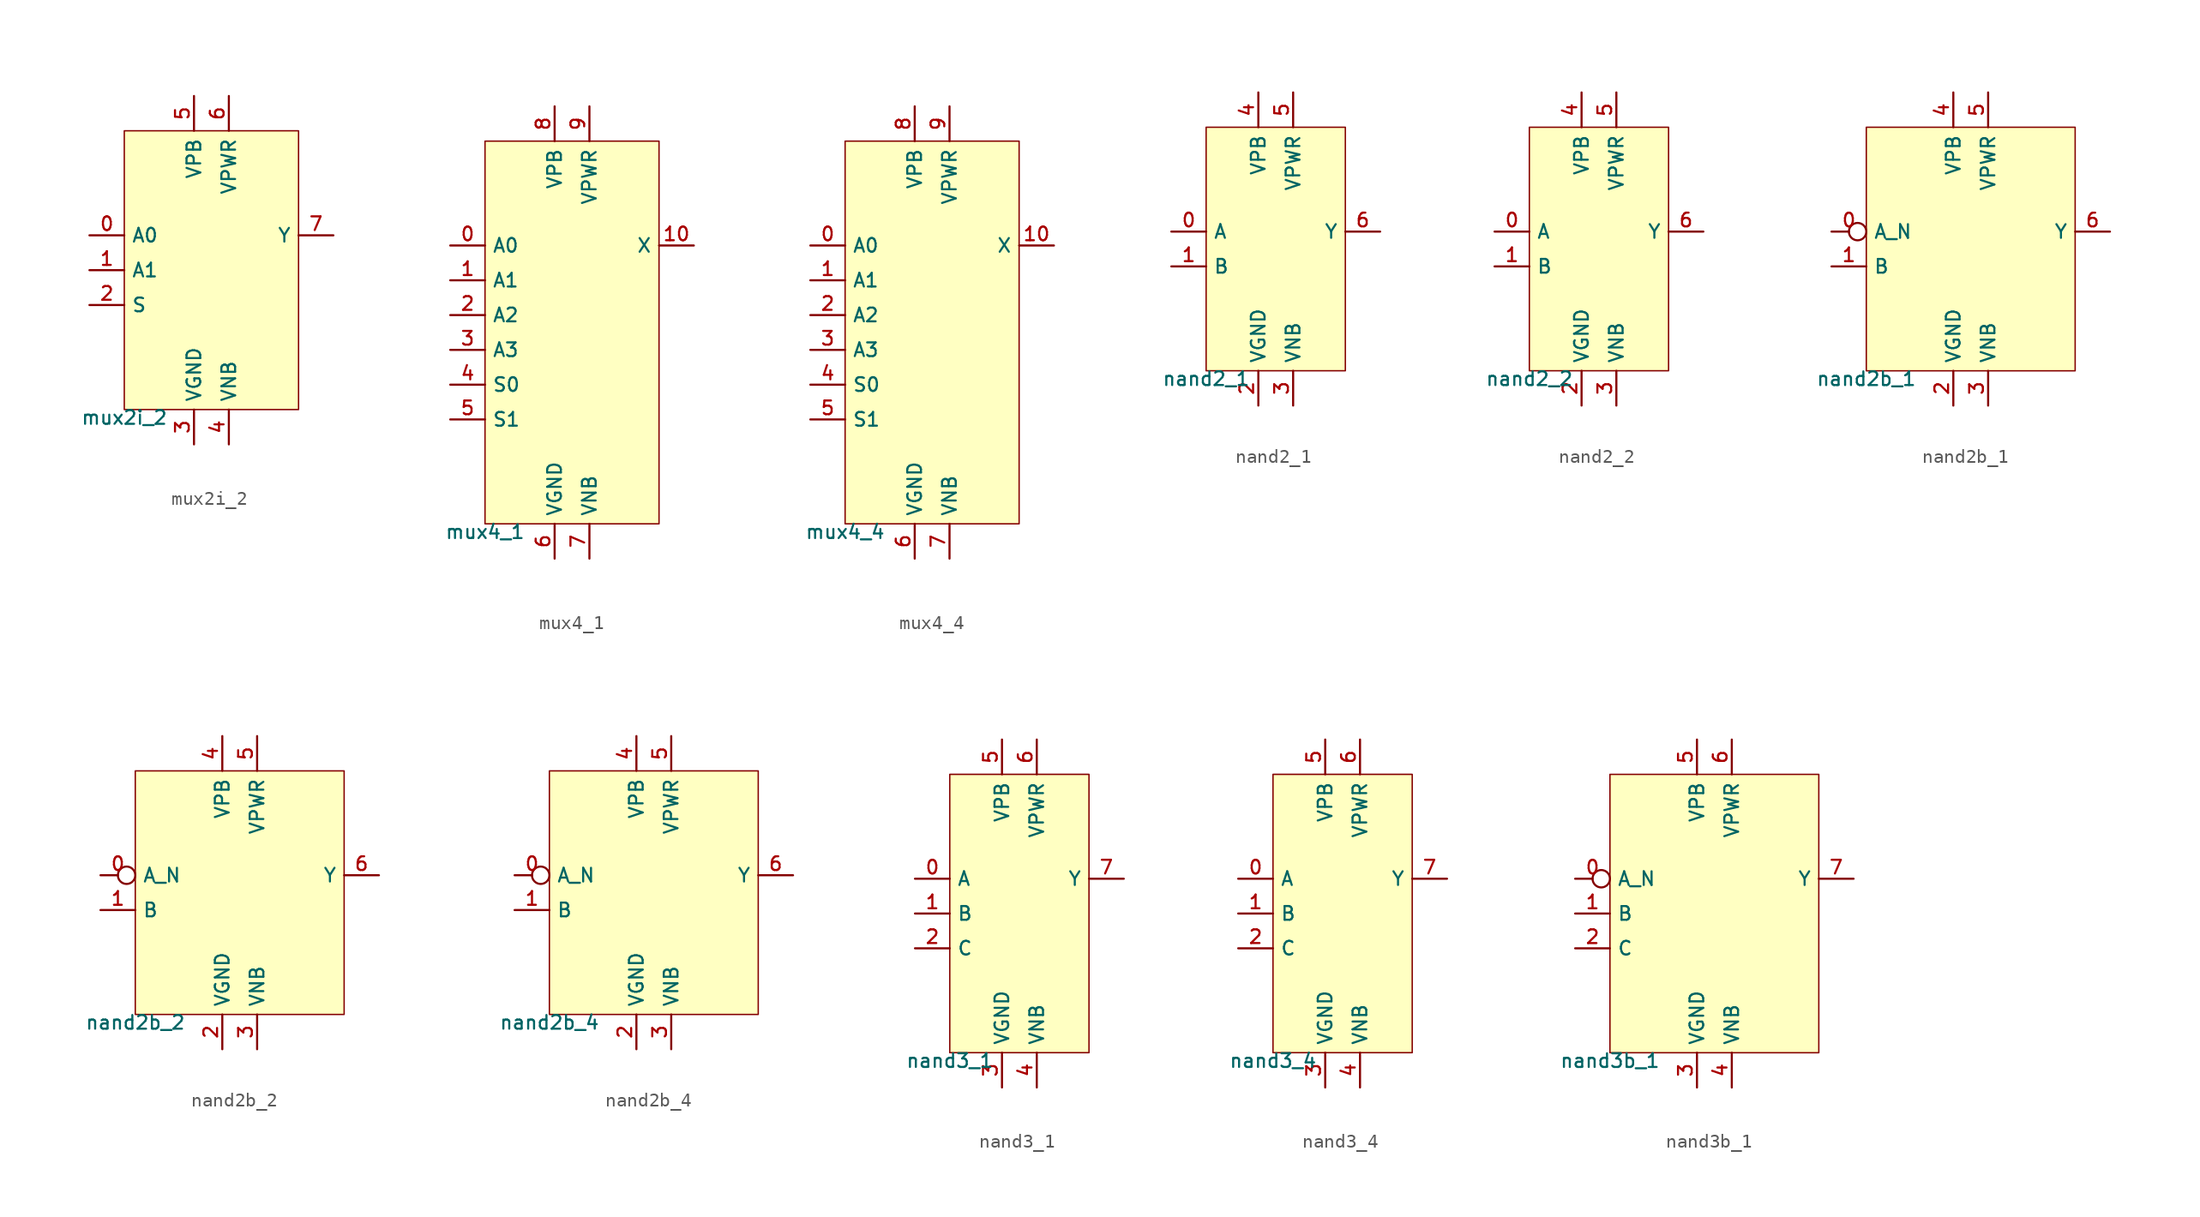
<source format=kicad_sym>
(kicad_symbol_lib
  (version 20211014)
  (generator pdk2kicad)
  (symbol "mux2i_2"
    (property "Reference" "X"
      (at 0 0 0)
      (effects (font (size 1 1)) hide))
    (property "Value" "mux2i_2"
      (at -6.35 -10.16 0)
      (effects (font (size 1 1)) (justify top)))
    (rectangle
      (start -6.35 -10.16)
      (end 6.35 10.16)
      (stroke (width 0.1) (type solid) (color 0 0 0 0))
      (fill (type background)))
    (pin input line
      (at -8.89 2.54 0)
      (length 2.54)
      (name "A0" (effects (font (size 1 1)) hide))
      (number "0" (effects (font (size 1 1)) hide)))
    (pin input line
      (at -8.89 0.0 0)
      (length 2.54)
      (name "A1" (effects (font (size 1 1)) hide))
      (number "1" (effects (font (size 1 1)) hide)))
    (pin input line
      (at -8.89 -2.54 0)
      (length 2.54)
      (name "S" (effects (font (size 1 1)) hide))
      (number "2" (effects (font (size 1 1)) hide)))
    (pin power_in line
      (at -1.27 -12.7 90)
      (length 2.54)
      (name "VGND" (effects (font (size 1 1)) hide))
      (number "3" (effects (font (size 1 1)) hide)))
    (pin power_in line
      (at 1.27 -12.7 90)
      (length 2.54)
      (name "VNB" (effects (font (size 1 1)) hide))
      (number "4" (effects (font (size 1 1)) hide)))
    (pin power_in line
      (at -1.27 12.7 270)
      (length 2.54)
      (name "VPB" (effects (font (size 1 1)) hide))
      (number "5" (effects (font (size 1 1)) hide)))
    (pin power_in line
      (at 1.27 12.7 270)
      (length 2.54)
      (name "VPWR" (effects (font (size 1 1)) hide))
      (number "6" (effects (font (size 1 1)) hide)))
    (pin output line
      (at 8.89 2.54 180)
      (length 2.54)
      (name "Y" (effects (font (size 1 1)) hide))
      (number "7" (effects (font (size 1 1)) hide))))
  (symbol "mux4_1"
    (property "Reference" "X"
      (at 0 0 0)
      (effects (font (size 1 1)) hide))
    (property "Value" "mux4_1"
      (at -6.35 -13.97 0)
      (effects (font (size 1 1)) (justify top)))
    (rectangle
      (start -6.35 -13.97)
      (end 6.35 13.97)
      (stroke (width 0.1) (type solid) (color 0 0 0 0))
      (fill (type background)))
    (pin input line
      (at -8.89 6.35 0)
      (length 2.54)
      (name "A0" (effects (font (size 1 1)) hide))
      (number "0" (effects (font (size 1 1)) hide)))
    (pin input line
      (at -8.89 3.81 0)
      (length 2.54)
      (name "A1" (effects (font (size 1 1)) hide))
      (number "1" (effects (font (size 1 1)) hide)))
    (pin input line
      (at -8.89 1.27 0)
      (length 2.54)
      (name "A2" (effects (font (size 1 1)) hide))
      (number "2" (effects (font (size 1 1)) hide)))
    (pin input line
      (at -8.89 -1.27 0)
      (length 2.54)
      (name "A3" (effects (font (size 1 1)) hide))
      (number "3" (effects (font (size 1 1)) hide)))
    (pin input line
      (at -8.89 -3.81 0)
      (length 2.54)
      (name "S0" (effects (font (size 1 1)) hide))
      (number "4" (effects (font (size 1 1)) hide)))
    (pin input line
      (at -8.89 -6.35 0)
      (length 2.54)
      (name "S1" (effects (font (size 1 1)) hide))
      (number "5" (effects (font (size 1 1)) hide)))
    (pin power_in line
      (at -1.27 -16.51 90)
      (length 2.54)
      (name "VGND" (effects (font (size 1 1)) hide))
      (number "6" (effects (font (size 1 1)) hide)))
    (pin power_in line
      (at 1.27 -16.51 90)
      (length 2.54)
      (name "VNB" (effects (font (size 1 1)) hide))
      (number "7" (effects (font (size 1 1)) hide)))
    (pin power_in line
      (at -1.27 16.51 270)
      (length 2.54)
      (name "VPB" (effects (font (size 1 1)) hide))
      (number "8" (effects (font (size 1 1)) hide)))
    (pin power_in line
      (at 1.27 16.51 270)
      (length 2.54)
      (name "VPWR" (effects (font (size 1 1)) hide))
      (number "9" (effects (font (size 1 1)) hide)))
    (pin output line
      (at 8.89 6.35 180)
      (length 2.54)
      (name "X" (effects (font (size 1 1)) hide))
      (number "10" (effects (font (size 1 1)) hide))))
  (symbol "mux4_4"
    (property "Reference" "X"
      (at 0 0 0)
      (effects (font (size 1 1)) hide))
    (property "Value" "mux4_4"
      (at -6.35 -13.97 0)
      (effects (font (size 1 1)) (justify top)))
    (rectangle
      (start -6.35 -13.97)
      (end 6.35 13.97)
      (stroke (width 0.1) (type solid) (color 0 0 0 0))
      (fill (type background)))
    (pin input line
      (at -8.89 6.35 0)
      (length 2.54)
      (name "A0" (effects (font (size 1 1)) hide))
      (number "0" (effects (font (size 1 1)) hide)))
    (pin input line
      (at -8.89 3.81 0)
      (length 2.54)
      (name "A1" (effects (font (size 1 1)) hide))
      (number "1" (effects (font (size 1 1)) hide)))
    (pin input line
      (at -8.89 1.27 0)
      (length 2.54)
      (name "A2" (effects (font (size 1 1)) hide))
      (number "2" (effects (font (size 1 1)) hide)))
    (pin input line
      (at -8.89 -1.27 0)
      (length 2.54)
      (name "A3" (effects (font (size 1 1)) hide))
      (number "3" (effects (font (size 1 1)) hide)))
    (pin input line
      (at -8.89 -3.81 0)
      (length 2.54)
      (name "S0" (effects (font (size 1 1)) hide))
      (number "4" (effects (font (size 1 1)) hide)))
    (pin input line
      (at -8.89 -6.35 0)
      (length 2.54)
      (name "S1" (effects (font (size 1 1)) hide))
      (number "5" (effects (font (size 1 1)) hide)))
    (pin power_in line
      (at -1.27 -16.51 90)
      (length 2.54)
      (name "VGND" (effects (font (size 1 1)) hide))
      (number "6" (effects (font (size 1 1)) hide)))
    (pin power_in line
      (at 1.27 -16.51 90)
      (length 2.54)
      (name "VNB" (effects (font (size 1 1)) hide))
      (number "7" (effects (font (size 1 1)) hide)))
    (pin power_in line
      (at -1.27 16.51 270)
      (length 2.54)
      (name "VPB" (effects (font (size 1 1)) hide))
      (number "8" (effects (font (size 1 1)) hide)))
    (pin power_in line
      (at 1.27 16.51 270)
      (length 2.54)
      (name "VPWR" (effects (font (size 1 1)) hide))
      (number "9" (effects (font (size 1 1)) hide)))
    (pin output line
      (at 8.89 6.35 180)
      (length 2.54)
      (name "X" (effects (font (size 1 1)) hide))
      (number "10" (effects (font (size 1 1)) hide))))
  (symbol "nand2_1"
    (property "Reference" "X"
      (at 0 0 0)
      (effects (font (size 1 1)) hide))
    (property "Value" "nand2_1"
      (at -5.08 -8.89 0)
      (effects (font (size 1 1)) (justify top)))
    (rectangle
      (start -5.08 -8.89)
      (end 5.08 8.89)
      (stroke (width 0.1) (type solid) (color 0 0 0 0))
      (fill (type background)))
    (pin input line
      (at -7.62 1.27 0)
      (length 2.54)
      (name "A" (effects (font (size 1 1)) hide))
      (number "0" (effects (font (size 1 1)) hide)))
    (pin input line
      (at -7.62 -1.27 0)
      (length 2.54)
      (name "B" (effects (font (size 1 1)) hide))
      (number "1" (effects (font (size 1 1)) hide)))
    (pin power_in line
      (at -1.27 -11.43 90)
      (length 2.54)
      (name "VGND" (effects (font (size 1 1)) hide))
      (number "2" (effects (font (size 1 1)) hide)))
    (pin power_in line
      (at 1.27 -11.43 90)
      (length 2.54)
      (name "VNB" (effects (font (size 1 1)) hide))
      (number "3" (effects (font (size 1 1)) hide)))
    (pin power_in line
      (at -1.27 11.43 270)
      (length 2.54)
      (name "VPB" (effects (font (size 1 1)) hide))
      (number "4" (effects (font (size 1 1)) hide)))
    (pin power_in line
      (at 1.27 11.43 270)
      (length 2.54)
      (name "VPWR" (effects (font (size 1 1)) hide))
      (number "5" (effects (font (size 1 1)) hide)))
    (pin output line
      (at 7.62 1.27 180)
      (length 2.54)
      (name "Y" (effects (font (size 1 1)) hide))
      (number "6" (effects (font (size 1 1)) hide))))
  (symbol "nand2_2"
    (property "Reference" "X"
      (at 0 0 0)
      (effects (font (size 1 1)) hide))
    (property "Value" "nand2_2"
      (at -5.08 -8.89 0)
      (effects (font (size 1 1)) (justify top)))
    (rectangle
      (start -5.08 -8.89)
      (end 5.08 8.89)
      (stroke (width 0.1) (type solid) (color 0 0 0 0))
      (fill (type background)))
    (pin input line
      (at -7.62 1.27 0)
      (length 2.54)
      (name "A" (effects (font (size 1 1)) hide))
      (number "0" (effects (font (size 1 1)) hide)))
    (pin input line
      (at -7.62 -1.27 0)
      (length 2.54)
      (name "B" (effects (font (size 1 1)) hide))
      (number "1" (effects (font (size 1 1)) hide)))
    (pin power_in line
      (at -1.27 -11.43 90)
      (length 2.54)
      (name "VGND" (effects (font (size 1 1)) hide))
      (number "2" (effects (font (size 1 1)) hide)))
    (pin power_in line
      (at 1.27 -11.43 90)
      (length 2.54)
      (name "VNB" (effects (font (size 1 1)) hide))
      (number "3" (effects (font (size 1 1)) hide)))
    (pin power_in line
      (at -1.27 11.43 270)
      (length 2.54)
      (name "VPB" (effects (font (size 1 1)) hide))
      (number "4" (effects (font (size 1 1)) hide)))
    (pin power_in line
      (at 1.27 11.43 270)
      (length 2.54)
      (name "VPWR" (effects (font (size 1 1)) hide))
      (number "5" (effects (font (size 1 1)) hide)))
    (pin output line
      (at 7.62 1.27 180)
      (length 2.54)
      (name "Y" (effects (font (size 1 1)) hide))
      (number "6" (effects (font (size 1 1)) hide))))
  (symbol "nand2b_1"
    (property "Reference" "X"
      (at 0 0 0)
      (effects (font (size 1 1)) hide))
    (property "Value" "nand2b_1"
      (at -7.62 -8.89 0)
      (effects (font (size 1 1)) (justify top)))
    (rectangle
      (start -7.62 -8.89)
      (end 7.62 8.89)
      (stroke (width 0.1) (type solid) (color 0 0 0 0))
      (fill (type background)))
    (pin input inverted
      (at -10.16 1.27 0)
      (length 2.54)
      (name "A_N" (effects (font (size 1 1)) hide))
      (number "0" (effects (font (size 1 1)) hide)))
    (pin input line
      (at -10.16 -1.27 0)
      (length 2.54)
      (name "B" (effects (font (size 1 1)) hide))
      (number "1" (effects (font (size 1 1)) hide)))
    (pin power_in line
      (at -1.27 -11.43 90)
      (length 2.54)
      (name "VGND" (effects (font (size 1 1)) hide))
      (number "2" (effects (font (size 1 1)) hide)))
    (pin power_in line
      (at 1.27 -11.43 90)
      (length 2.54)
      (name "VNB" (effects (font (size 1 1)) hide))
      (number "3" (effects (font (size 1 1)) hide)))
    (pin power_in line
      (at -1.27 11.43 270)
      (length 2.54)
      (name "VPB" (effects (font (size 1 1)) hide))
      (number "4" (effects (font (size 1 1)) hide)))
    (pin power_in line
      (at 1.27 11.43 270)
      (length 2.54)
      (name "VPWR" (effects (font (size 1 1)) hide))
      (number "5" (effects (font (size 1 1)) hide)))
    (pin output line
      (at 10.16 1.27 180)
      (length 2.54)
      (name "Y" (effects (font (size 1 1)) hide))
      (number "6" (effects (font (size 1 1)) hide))))
  (symbol "nand2b_2"
    (property "Reference" "X"
      (at 0 0 0)
      (effects (font (size 1 1)) hide))
    (property "Value" "nand2b_2"
      (at -7.62 -8.89 0)
      (effects (font (size 1 1)) (justify top)))
    (rectangle
      (start -7.62 -8.89)
      (end 7.62 8.89)
      (stroke (width 0.1) (type solid) (color 0 0 0 0))
      (fill (type background)))
    (pin input inverted
      (at -10.16 1.27 0)
      (length 2.54)
      (name "A_N" (effects (font (size 1 1)) hide))
      (number "0" (effects (font (size 1 1)) hide)))
    (pin input line
      (at -10.16 -1.27 0)
      (length 2.54)
      (name "B" (effects (font (size 1 1)) hide))
      (number "1" (effects (font (size 1 1)) hide)))
    (pin power_in line
      (at -1.27 -11.43 90)
      (length 2.54)
      (name "VGND" (effects (font (size 1 1)) hide))
      (number "2" (effects (font (size 1 1)) hide)))
    (pin power_in line
      (at 1.27 -11.43 90)
      (length 2.54)
      (name "VNB" (effects (font (size 1 1)) hide))
      (number "3" (effects (font (size 1 1)) hide)))
    (pin power_in line
      (at -1.27 11.43 270)
      (length 2.54)
      (name "VPB" (effects (font (size 1 1)) hide))
      (number "4" (effects (font (size 1 1)) hide)))
    (pin power_in line
      (at 1.27 11.43 270)
      (length 2.54)
      (name "VPWR" (effects (font (size 1 1)) hide))
      (number "5" (effects (font (size 1 1)) hide)))
    (pin output line
      (at 10.16 1.27 180)
      (length 2.54)
      (name "Y" (effects (font (size 1 1)) hide))
      (number "6" (effects (font (size 1 1)) hide))))
  (symbol "nand2b_4"
    (property "Reference" "X"
      (at 0 0 0)
      (effects (font (size 1 1)) hide))
    (property "Value" "nand2b_4"
      (at -7.62 -8.89 0)
      (effects (font (size 1 1)) (justify top)))
    (rectangle
      (start -7.62 -8.89)
      (end 7.62 8.89)
      (stroke (width 0.1) (type solid) (color 0 0 0 0))
      (fill (type background)))
    (pin input inverted
      (at -10.16 1.27 0)
      (length 2.54)
      (name "A_N" (effects (font (size 1 1)) hide))
      (number "0" (effects (font (size 1 1)) hide)))
    (pin input line
      (at -10.16 -1.27 0)
      (length 2.54)
      (name "B" (effects (font (size 1 1)) hide))
      (number "1" (effects (font (size 1 1)) hide)))
    (pin power_in line
      (at -1.27 -11.43 90)
      (length 2.54)
      (name "VGND" (effects (font (size 1 1)) hide))
      (number "2" (effects (font (size 1 1)) hide)))
    (pin power_in line
      (at 1.27 -11.43 90)
      (length 2.54)
      (name "VNB" (effects (font (size 1 1)) hide))
      (number "3" (effects (font (size 1 1)) hide)))
    (pin power_in line
      (at -1.27 11.43 270)
      (length 2.54)
      (name "VPB" (effects (font (size 1 1)) hide))
      (number "4" (effects (font (size 1 1)) hide)))
    (pin power_in line
      (at 1.27 11.43 270)
      (length 2.54)
      (name "VPWR" (effects (font (size 1 1)) hide))
      (number "5" (effects (font (size 1 1)) hide)))
    (pin output line
      (at 10.16 1.27 180)
      (length 2.54)
      (name "Y" (effects (font (size 1 1)) hide))
      (number "6" (effects (font (size 1 1)) hide))))
  (symbol "nand3_1"
    (property "Reference" "X"
      (at 0 0 0)
      (effects (font (size 1 1)) hide))
    (property "Value" "nand3_1"
      (at -5.08 -10.16 0)
      (effects (font (size 1 1)) (justify top)))
    (rectangle
      (start -5.08 -10.16)
      (end 5.08 10.16)
      (stroke (width 0.1) (type solid) (color 0 0 0 0))
      (fill (type background)))
    (pin input line
      (at -7.62 2.54 0)
      (length 2.54)
      (name "A" (effects (font (size 1 1)) hide))
      (number "0" (effects (font (size 1 1)) hide)))
    (pin input line
      (at -7.62 0.0 0)
      (length 2.54)
      (name "B" (effects (font (size 1 1)) hide))
      (number "1" (effects (font (size 1 1)) hide)))
    (pin input line
      (at -7.62 -2.54 0)
      (length 2.54)
      (name "C" (effects (font (size 1 1)) hide))
      (number "2" (effects (font (size 1 1)) hide)))
    (pin power_in line
      (at -1.27 -12.7 90)
      (length 2.54)
      (name "VGND" (effects (font (size 1 1)) hide))
      (number "3" (effects (font (size 1 1)) hide)))
    (pin power_in line
      (at 1.27 -12.7 90)
      (length 2.54)
      (name "VNB" (effects (font (size 1 1)) hide))
      (number "4" (effects (font (size 1 1)) hide)))
    (pin power_in line
      (at -1.27 12.7 270)
      (length 2.54)
      (name "VPB" (effects (font (size 1 1)) hide))
      (number "5" (effects (font (size 1 1)) hide)))
    (pin power_in line
      (at 1.27 12.7 270)
      (length 2.54)
      (name "VPWR" (effects (font (size 1 1)) hide))
      (number "6" (effects (font (size 1 1)) hide)))
    (pin output line
      (at 7.62 2.54 180)
      (length 2.54)
      (name "Y" (effects (font (size 1 1)) hide))
      (number "7" (effects (font (size 1 1)) hide))))
  (symbol "nand3_4"
    (property "Reference" "X"
      (at 0 0 0)
      (effects (font (size 1 1)) hide))
    (property "Value" "nand3_4"
      (at -5.08 -10.16 0)
      (effects (font (size 1 1)) (justify top)))
    (rectangle
      (start -5.08 -10.16)
      (end 5.08 10.16)
      (stroke (width 0.1) (type solid) (color 0 0 0 0))
      (fill (type background)))
    (pin input line
      (at -7.62 2.54 0)
      (length 2.54)
      (name "A" (effects (font (size 1 1)) hide))
      (number "0" (effects (font (size 1 1)) hide)))
    (pin input line
      (at -7.62 0.0 0)
      (length 2.54)
      (name "B" (effects (font (size 1 1)) hide))
      (number "1" (effects (font (size 1 1)) hide)))
    (pin input line
      (at -7.62 -2.54 0)
      (length 2.54)
      (name "C" (effects (font (size 1 1)) hide))
      (number "2" (effects (font (size 1 1)) hide)))
    (pin power_in line
      (at -1.27 -12.7 90)
      (length 2.54)
      (name "VGND" (effects (font (size 1 1)) hide))
      (number "3" (effects (font (size 1 1)) hide)))
    (pin power_in line
      (at 1.27 -12.7 90)
      (length 2.54)
      (name "VNB" (effects (font (size 1 1)) hide))
      (number "4" (effects (font (size 1 1)) hide)))
    (pin power_in line
      (at -1.27 12.7 270)
      (length 2.54)
      (name "VPB" (effects (font (size 1 1)) hide))
      (number "5" (effects (font (size 1 1)) hide)))
    (pin power_in line
      (at 1.27 12.7 270)
      (length 2.54)
      (name "VPWR" (effects (font (size 1 1)) hide))
      (number "6" (effects (font (size 1 1)) hide)))
    (pin output line
      (at 7.62 2.54 180)
      (length 2.54)
      (name "Y" (effects (font (size 1 1)) hide))
      (number "7" (effects (font (size 1 1)) hide))))
  (symbol "nand3b_1"
    (property "Reference" "X"
      (at 0 0 0)
      (effects (font (size 1 1)) hide))
    (property "Value" "nand3b_1"
      (at -7.62 -10.16 0)
      (effects (font (size 1 1)) (justify top)))
    (rectangle
      (start -7.62 -10.16)
      (end 7.62 10.16)
      (stroke (width 0.1) (type solid) (color 0 0 0 0))
      (fill (type background)))
    (pin input inverted
      (at -10.16 2.54 0)
      (length 2.54)
      (name "A_N" (effects (font (size 1 1)) hide))
      (number "0" (effects (font (size 1 1)) hide)))
    (pin input line
      (at -10.16 0.0 0)
      (length 2.54)
      (name "B" (effects (font (size 1 1)) hide))
      (number "1" (effects (font (size 1 1)) hide)))
    (pin input line
      (at -10.16 -2.54 0)
      (length 2.54)
      (name "C" (effects (font (size 1 1)) hide))
      (number "2" (effects (font (size 1 1)) hide)))
    (pin power_in line
      (at -1.27 -12.7 90)
      (length 2.54)
      (name "VGND" (effects (font (size 1 1)) hide))
      (number "3" (effects (font (size 1 1)) hide)))
    (pin power_in line
      (at 1.27 -12.7 90)
      (length 2.54)
      (name "VNB" (effects (font (size 1 1)) hide))
      (number "4" (effects (font (size 1 1)) hide)))
    (pin power_in line
      (at -1.27 12.7 270)
      (length 2.54)
      (name "VPB" (effects (font (size 1 1)) hide))
      (number "5" (effects (font (size 1 1)) hide)))
    (pin power_in line
      (at 1.27 12.7 270)
      (length 2.54)
      (name "VPWR" (effects (font (size 1 1)) hide))
      (number "6" (effects (font (size 1 1)) hide)))
    (pin output line
      (at 10.16 2.54 180)
      (length 2.54)
      (name "Y" (effects (font (size 1 1)) hide))
      (number "7" (effects (font (size 1 1)) hide)))))
</source>
